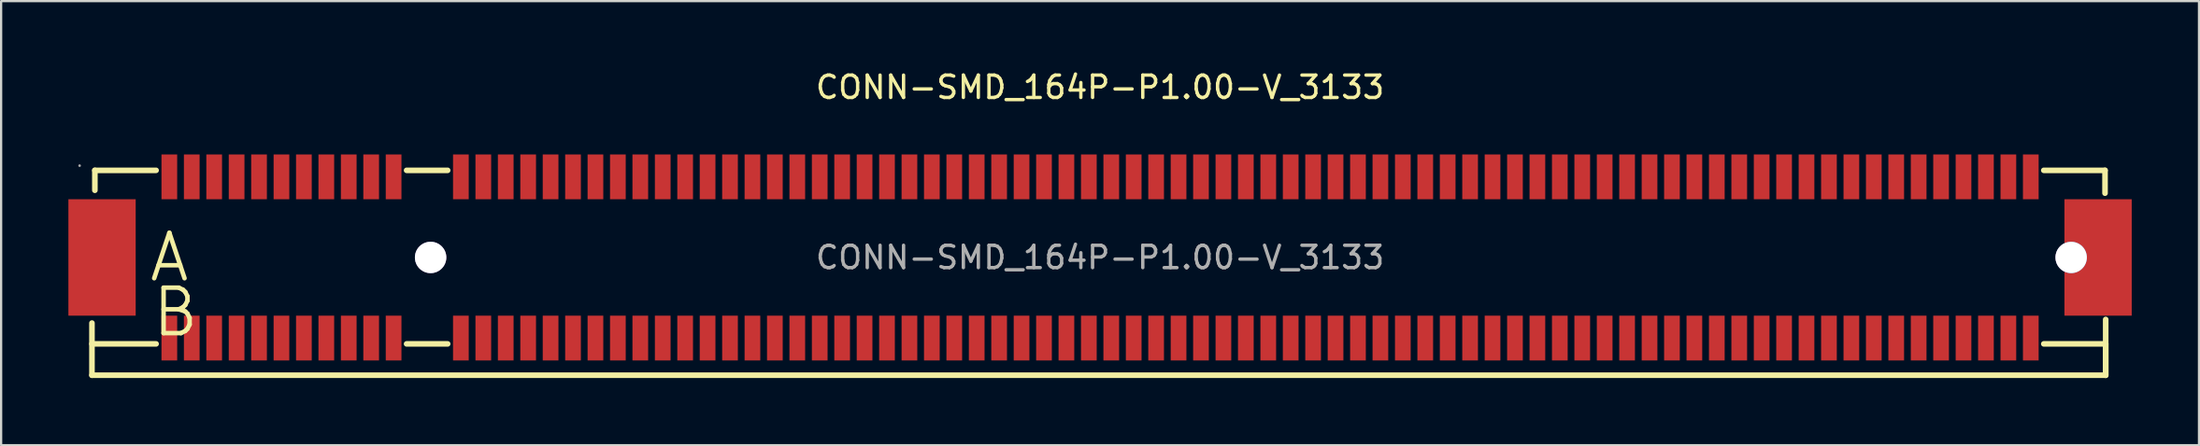
<source format=kicad_pcb>
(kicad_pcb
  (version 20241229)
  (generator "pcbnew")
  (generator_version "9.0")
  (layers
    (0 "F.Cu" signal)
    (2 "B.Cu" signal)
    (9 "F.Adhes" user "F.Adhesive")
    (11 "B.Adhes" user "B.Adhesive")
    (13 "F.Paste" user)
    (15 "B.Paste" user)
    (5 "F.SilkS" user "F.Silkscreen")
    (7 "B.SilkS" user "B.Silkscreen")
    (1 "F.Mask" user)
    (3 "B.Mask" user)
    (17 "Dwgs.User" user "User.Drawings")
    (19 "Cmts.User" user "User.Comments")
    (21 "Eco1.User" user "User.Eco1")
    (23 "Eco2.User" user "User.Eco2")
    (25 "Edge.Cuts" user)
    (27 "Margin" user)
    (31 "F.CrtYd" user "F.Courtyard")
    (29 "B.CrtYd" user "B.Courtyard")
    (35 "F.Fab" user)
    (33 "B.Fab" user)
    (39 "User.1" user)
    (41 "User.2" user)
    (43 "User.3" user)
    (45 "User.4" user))
  (footprint "CONN-SMD_164P-P1.00-V_3133"
    (layer "F.Cu")
    (at 46 8.448)
    (property "Reference" "CONN-SMD_164P-P1.00-V_3133" (at 0 -7.6 0) (layer "F.SilkS") (effects (font (size 1 1) (thickness 0.15))))
    (attr smd)
    (fp_line (start -44.95 5.26) (end -44.95 2.93) (stroke (width 0.25) (type solid)) (layer "F.SilkS"))
    (fp_line (start -44.82 -3.89) (end -42.09 -3.89) (stroke (width 0.25) (type solid)) (layer "F.SilkS"))
    (fp_line (start -44.82 -3) (end -44.82 -3.89) (stroke (width 0.25) (type solid)) (layer "F.SilkS"))
    (fp_line (start -42.09 3.86) (end -44.95 3.86) (stroke (width 0.25) (type solid)) (layer "F.SilkS"))
    (fp_line (start -30.92 -3.89) (end -29.09 -3.89) (stroke (width 0.25) (type solid)) (layer "F.SilkS"))
    (fp_line (start -29.09 3.86) (end -30.92 3.86) (stroke (width 0.25) (type solid)) (layer "F.SilkS"))
    (fp_line (start 42.08 -3.89) (end 44.81 -3.89) (stroke (width 0.25) (type solid)) (layer "F.SilkS"))
    (fp_line (start 44.81 -3.89) (end 44.81 -2.87) (stroke (width 0.25) (type solid)) (layer "F.SilkS"))
    (fp_line (start 44.84 2.77) (end 44.84 5.26) (stroke (width 0.25) (type solid)) (layer "F.SilkS"))
    (fp_line (start 44.84 3.86) (end 42.08 3.86) (stroke (width 0.25) (type solid)) (layer "F.SilkS"))
    (fp_line (start 44.84 3.86) (end 44.84 5.26) (stroke (width 0.25) (type solid)) (layer "F.SilkS"))
    (fp_line (start 44.84 5.26) (end -44.95 5.26) (stroke (width 0.25) (type solid)) (layer "F.SilkS"))
    (fp_circle (center -29.85 0) (end -29.6 0) (stroke (width 0.5) (type solid)) (fill no) (layer "Cmts.User"))
    (fp_circle (center 43.3 0) (end 43.55 0) (stroke (width 0.5) (type solid)) (fill no) (layer "Cmts.User"))
    (fp_circle (center -45.5 -4.1) (end -45.47 -4.1) (stroke (width 0.06) (type solid)) (fill no) (layer "F.Fab"))
    (fp_text user "B" (at -42.37 2.45 0) (layer "F.SilkS") (effects (font (size 2.03 2.03) (thickness 0.2)) (justify left)))
    (fp_text user "A" (at -42.5 0 0) (layer "F.SilkS") (effects (font (size 2.03 2.03) (thickness 0.2)) (justify left)))
    (fp_text user "${REFERENCE}" (at 0 0 0) (layer "F.Fab") (effects (font (size 1 1) (thickness 0.15))))
    (pad "" thru_hole circle (at -29.85 0) (size 1.4 1.4) (drill 1.4) (layers "*.Cu" "*.Mask"))
    (pad "" thru_hole circle (at 43.3 0) (size 1.4 1.4) (drill 1.4) (layers "*.Cu" "*.Mask"))
    (pad "165" smd rect (at 44.5 0) (size 3 5.2) (layers "F.Cu" "F.Mask" "F.Paste"))
    (pad "166" smd rect (at -44.5 0) (size 3 5.2) (layers "F.Cu" "F.Mask" "F.Paste"))
    (pad "A1" smd rect (at -41.5 -3.6) (size 0.7 2) (layers "F.Cu" "F.Mask" "F.Paste"))
    (pad "A2" smd rect (at -40.5 -3.6) (size 0.7 2) (layers "F.Cu" "F.Mask" "F.Paste"))
    (pad "A3" smd rect (at -39.5 -3.6) (size 0.7 2) (layers "F.Cu" "F.Mask" "F.Paste"))
    (pad "A4" smd rect (at -38.5 -3.6) (size 0.7 2) (layers "F.Cu" "F.Mask" "F.Paste"))
    (pad "A5" smd rect (at -37.5 -3.6) (size 0.7 2) (layers "F.Cu" "F.Mask" "F.Paste"))
    (pad "A6" smd rect (at -36.5 -3.6) (size 0.7 2) (layers "F.Cu" "F.Mask" "F.Paste"))
    (pad "A7" smd rect (at -35.5 -3.6) (size 0.7 2) (layers "F.Cu" "F.Mask" "F.Paste"))
    (pad "A8" smd rect (at -34.5 -3.6) (size 0.7 2) (layers "F.Cu" "F.Mask" "F.Paste"))
    (pad "A9" smd rect (at -33.5 -3.6) (size 0.7 2) (layers "F.Cu" "F.Mask" "F.Paste"))
    (pad "A10" smd rect (at -32.5 -3.6) (size 0.7 2) (layers "F.Cu" "F.Mask" "F.Paste"))
    (pad "A11" smd rect (at -31.5 -3.6) (size 0.7 2) (layers "F.Cu" "F.Mask" "F.Paste"))
    (pad "A12" smd rect (at -28.5 -3.6) (size 0.7 2) (layers "F.Cu" "F.Mask" "F.Paste"))
    (pad "A13" smd rect (at -27.5 -3.6) (size 0.7 2) (layers "F.Cu" "F.Mask" "F.Paste"))
    (pad "A14" smd rect (at -26.5 -3.6) (size 0.7 2) (layers "F.Cu" "F.Mask" "F.Paste"))
    (pad "A15" smd rect (at -25.5 -3.6) (size 0.7 2) (layers "F.Cu" "F.Mask" "F.Paste"))
    (pad "A16" smd rect (at -24.5 -3.6) (size 0.7 2) (layers "F.Cu" "F.Mask" "F.Paste"))
    (pad "A17" smd rect (at -23.5 -3.6) (size 0.7 2) (layers "F.Cu" "F.Mask" "F.Paste"))
    (pad "A18" smd rect (at -22.5 -3.6) (size 0.7 2) (layers "F.Cu" "F.Mask" "F.Paste"))
    (pad "A19" smd rect (at -21.5 -3.6) (size 0.7 2) (layers "F.Cu" "F.Mask" "F.Paste"))
    (pad "A20" smd rect (at -20.5 -3.6) (size 0.7 2) (layers "F.Cu" "F.Mask" "F.Paste"))
    (pad "A21" smd rect (at -19.5 -3.6) (size 0.7 2) (layers "F.Cu" "F.Mask" "F.Paste"))
    (pad "A22" smd rect (at -18.5 -3.6) (size 0.7 2) (layers "F.Cu" "F.Mask" "F.Paste"))
    (pad "A23" smd rect (at -17.5 -3.6) (size 0.7 2) (layers "F.Cu" "F.Mask" "F.Paste"))
    (pad "A24" smd rect (at -16.5 -3.6) (size 0.7 2) (layers "F.Cu" "F.Mask" "F.Paste"))
    (pad "A25" smd rect (at -15.5 -3.6) (size 0.7 2) (layers "F.Cu" "F.Mask" "F.Paste"))
    (pad "A26" smd rect (at -14.5 -3.6) (size 0.7 2) (layers "F.Cu" "F.Mask" "F.Paste"))
    (pad "A27" smd rect (at -13.5 -3.6) (size 0.7 2) (layers "F.Cu" "F.Mask" "F.Paste"))
    (pad "A28" smd rect (at -12.5 -3.6) (size 0.7 2) (layers "F.Cu" "F.Mask" "F.Paste"))
    (pad "A29" smd rect (at -11.5 -3.6) (size 0.7 2) (layers "F.Cu" "F.Mask" "F.Paste"))
    (pad "A30" smd rect (at -10.5 -3.6) (size 0.7 2) (layers "F.Cu" "F.Mask" "F.Paste"))
    (pad "A31" smd rect (at -9.5 -3.6) (size 0.7 2) (layers "F.Cu" "F.Mask" "F.Paste"))
    (pad "A32" smd rect (at -8.5 -3.6) (size 0.7 2) (layers "F.Cu" "F.Mask" "F.Paste"))
    (pad "A33" smd rect (at -7.5 -3.6) (size 0.7 2) (layers "F.Cu" "F.Mask" "F.Paste"))
    (pad "A34" smd rect (at -6.5 -3.6) (size 0.7 2) (layers "F.Cu" "F.Mask" "F.Paste"))
    (pad "A35" smd rect (at -5.5 -3.6) (size 0.7 2) (layers "F.Cu" "F.Mask" "F.Paste"))
    (pad "A36" smd rect (at -4.5 -3.6) (size 0.7 2) (layers "F.Cu" "F.Mask" "F.Paste"))
    (pad "A37" smd rect (at -3.5 -3.6) (size 0.7 2) (layers "F.Cu" "F.Mask" "F.Paste"))
    (pad "A38" smd rect (at -2.5 -3.6) (size 0.7 2) (layers "F.Cu" "F.Mask" "F.Paste"))
    (pad "A39" smd rect (at -1.5 -3.6) (size 0.7 2) (layers "F.Cu" "F.Mask" "F.Paste"))
    (pad "A40" smd rect (at -0.5 -3.6) (size 0.7 2) (layers "F.Cu" "F.Mask" "F.Paste"))
    (pad "A41" smd rect (at 0.5 -3.6) (size 0.7 2) (layers "F.Cu" "F.Mask" "F.Paste"))
    (pad "A42" smd rect (at 1.5 -3.6) (size 0.7 2) (layers "F.Cu" "F.Mask" "F.Paste"))
    (pad "A43" smd rect (at 2.5 -3.6) (size 0.7 2) (layers "F.Cu" "F.Mask" "F.Paste"))
    (pad "A44" smd rect (at 3.5 -3.6) (size 0.7 2) (layers "F.Cu" "F.Mask" "F.Paste"))
    (pad "A45" smd rect (at 4.5 -3.6) (size 0.7 2) (layers "F.Cu" "F.Mask" "F.Paste"))
    (pad "A46" smd rect (at 5.5 -3.6) (size 0.7 2) (layers "F.Cu" "F.Mask" "F.Paste"))
    (pad "A47" smd rect (at 6.5 -3.6) (size 0.7 2) (layers "F.Cu" "F.Mask" "F.Paste"))
    (pad "A48" smd rect (at 7.5 -3.6) (size 0.7 2) (layers "F.Cu" "F.Mask" "F.Paste"))
    (pad "A49" smd rect (at 8.5 -3.6) (size 0.7 2) (layers "F.Cu" "F.Mask" "F.Paste"))
    (pad "A50" smd rect (at 9.5 -3.6) (size 0.7 2) (layers "F.Cu" "F.Mask" "F.Paste"))
    (pad "A51" smd rect (at 10.5 -3.6) (size 0.7 2) (layers "F.Cu" "F.Mask" "F.Paste"))
    (pad "A52" smd rect (at 11.5 -3.6) (size 0.7 2) (layers "F.Cu" "F.Mask" "F.Paste"))
    (pad "A53" smd rect (at 12.5 -3.6) (size 0.7 2) (layers "F.Cu" "F.Mask" "F.Paste"))
    (pad "A54" smd rect (at 13.5 -3.6) (size 0.7 2) (layers "F.Cu" "F.Mask" "F.Paste"))
    (pad "A55" smd rect (at 14.5 -3.6) (size 0.7 2) (layers "F.Cu" "F.Mask" "F.Paste"))
    (pad "A56" smd rect (at 15.5 -3.6) (size 0.7 2) (layers "F.Cu" "F.Mask" "F.Paste"))
    (pad "A57" smd rect (at 16.5 -3.6) (size 0.7 2) (layers "F.Cu" "F.Mask" "F.Paste"))
    (pad "A58" smd rect (at 17.5 -3.6) (size 0.7 2) (layers "F.Cu" "F.Mask" "F.Paste"))
    (pad "A59" smd rect (at 18.5 -3.6) (size 0.7 2) (layers "F.Cu" "F.Mask" "F.Paste"))
    (pad "A60" smd rect (at 19.5 -3.6) (size 0.7 2) (layers "F.Cu" "F.Mask" "F.Paste"))
    (pad "A61" smd rect (at 20.5 -3.6) (size 0.7 2) (layers "F.Cu" "F.Mask" "F.Paste"))
    (pad "A62" smd rect (at 21.5 -3.6) (size 0.7 2) (layers "F.Cu" "F.Mask" "F.Paste"))
    (pad "A63" smd rect (at 22.5 -3.6) (size 0.7 2) (layers "F.Cu" "F.Mask" "F.Paste"))
    (pad "A64" smd rect (at 23.5 -3.6) (size 0.7 2) (layers "F.Cu" "F.Mask" "F.Paste"))
    (pad "A65" smd rect (at 24.5 -3.6) (size 0.7 2) (layers "F.Cu" "F.Mask" "F.Paste"))
    (pad "A66" smd rect (at 25.5 -3.6) (size 0.7 2) (layers "F.Cu" "F.Mask" "F.Paste"))
    (pad "A67" smd rect (at 26.5 -3.6) (size 0.7 2) (layers "F.Cu" "F.Mask" "F.Paste"))
    (pad "A68" smd rect (at 27.5 -3.6) (size 0.7 2) (layers "F.Cu" "F.Mask" "F.Paste"))
    (pad "A69" smd rect (at 28.5 -3.6) (size 0.7 2) (layers "F.Cu" "F.Mask" "F.Paste"))
    (pad "A70" smd rect (at 29.5 -3.6) (size 0.7 2) (layers "F.Cu" "F.Mask" "F.Paste"))
    (pad "A71" smd rect (at 30.5 -3.6) (size 0.7 2) (layers "F.Cu" "F.Mask" "F.Paste"))
    (pad "A72" smd rect (at 31.5 -3.6) (size 0.7 2) (layers "F.Cu" "F.Mask" "F.Paste"))
    (pad "A73" smd rect (at 32.5 -3.6) (size 0.7 2) (layers "F.Cu" "F.Mask" "F.Paste"))
    (pad "A74" smd rect (at 33.5 -3.6) (size 0.7 2) (layers "F.Cu" "F.Mask" "F.Paste"))
    (pad "A75" smd rect (at 34.5 -3.6) (size 0.7 2) (layers "F.Cu" "F.Mask" "F.Paste"))
    (pad "A76" smd rect (at 35.5 -3.6) (size 0.7 2) (layers "F.Cu" "F.Mask" "F.Paste"))
    (pad "A77" smd rect (at 36.5 -3.6) (size 0.7 2) (layers "F.Cu" "F.Mask" "F.Paste"))
    (pad "A78" smd rect (at 37.5 -3.6) (size 0.7 2) (layers "F.Cu" "F.Mask" "F.Paste"))
    (pad "A79" smd rect (at 38.5 -3.6) (size 0.7 2) (layers "F.Cu" "F.Mask" "F.Paste"))
    (pad "A80" smd rect (at 39.5 -3.6) (size 0.7 2) (layers "F.Cu" "F.Mask" "F.Paste"))
    (pad "A81" smd rect (at 40.5 -3.6) (size 0.7 2) (layers "F.Cu" "F.Mask" "F.Paste"))
    (pad "A82" smd rect (at 41.5 -3.6) (size 0.7 2) (layers "F.Cu" "F.Mask" "F.Paste"))
    (pad "B1" smd rect (at -41.5 3.6) (size 0.7 2) (layers "F.Cu" "F.Mask" "F.Paste"))
    (pad "B2" smd rect (at -40.5 3.6) (size 0.7 2) (layers "F.Cu" "F.Mask" "F.Paste"))
    (pad "B3" smd rect (at -39.5 3.6) (size 0.7 2) (layers "F.Cu" "F.Mask" "F.Paste"))
    (pad "B4" smd rect (at -38.5 3.6) (size 0.7 2) (layers "F.Cu" "F.Mask" "F.Paste"))
    (pad "B5" smd rect (at -37.5 3.6) (size 0.7 2) (layers "F.Cu" "F.Mask" "F.Paste"))
    (pad "B6" smd rect (at -36.5 3.6) (size 0.7 2) (layers "F.Cu" "F.Mask" "F.Paste"))
    (pad "B7" smd rect (at -35.5 3.6) (size 0.7 2) (layers "F.Cu" "F.Mask" "F.Paste"))
    (pad "B8" smd rect (at -34.5 3.6) (size 0.7 2) (layers "F.Cu" "F.Mask" "F.Paste"))
    (pad "B9" smd rect (at -33.5 3.6) (size 0.7 2) (layers "F.Cu" "F.Mask" "F.Paste"))
    (pad "B10" smd rect (at -32.5 3.6) (size 0.7 2) (layers "F.Cu" "F.Mask" "F.Paste"))
    (pad "B11" smd rect (at -31.5 3.6) (size 0.7 2) (layers "F.Cu" "F.Mask" "F.Paste"))
    (pad "B12" smd rect (at -28.5 3.6) (size 0.7 2) (layers "F.Cu" "F.Mask" "F.Paste"))
    (pad "B13" smd rect (at -27.5 3.6) (size 0.7 2) (layers "F.Cu" "F.Mask" "F.Paste"))
    (pad "B14" smd rect (at -26.5 3.6) (size 0.7 2) (layers "F.Cu" "F.Mask" "F.Paste"))
    (pad "B15" smd rect (at -25.5 3.6) (size 0.7 2) (layers "F.Cu" "F.Mask" "F.Paste"))
    (pad "B16" smd rect (at -24.5 3.6) (size 0.7 2) (layers "F.Cu" "F.Mask" "F.Paste"))
    (pad "B17" smd rect (at -23.5 3.6) (size 0.7 2) (layers "F.Cu" "F.Mask" "F.Paste"))
    (pad "B18" smd rect (at -22.5 3.6) (size 0.7 2) (layers "F.Cu" "F.Mask" "F.Paste"))
    (pad "B19" smd rect (at -21.5 3.6) (size 0.7 2) (layers "F.Cu" "F.Mask" "F.Paste"))
    (pad "B20" smd rect (at -20.5 3.6) (size 0.7 2) (layers "F.Cu" "F.Mask" "F.Paste"))
    (pad "B21" smd rect (at -19.5 3.6) (size 0.7 2) (layers "F.Cu" "F.Mask" "F.Paste"))
    (pad "B22" smd rect (at -18.5 3.6) (size 0.7 2) (layers "F.Cu" "F.Mask" "F.Paste"))
    (pad "B23" smd rect (at -17.5 3.6) (size 0.7 2) (layers "F.Cu" "F.Mask" "F.Paste"))
    (pad "B24" smd rect (at -16.5 3.6) (size 0.7 2) (layers "F.Cu" "F.Mask" "F.Paste"))
    (pad "B25" smd rect (at -15.5 3.6) (size 0.7 2) (layers "F.Cu" "F.Mask" "F.Paste"))
    (pad "B26" smd rect (at -14.5 3.6) (size 0.7 2) (layers "F.Cu" "F.Mask" "F.Paste"))
    (pad "B27" smd rect (at -13.5 3.6) (size 0.7 2) (layers "F.Cu" "F.Mask" "F.Paste"))
    (pad "B28" smd rect (at -12.5 3.6) (size 0.7 2) (layers "F.Cu" "F.Mask" "F.Paste"))
    (pad "B29" smd rect (at -11.5 3.6) (size 0.7 2) (layers "F.Cu" "F.Mask" "F.Paste"))
    (pad "B30" smd rect (at -10.5 3.6) (size 0.7 2) (layers "F.Cu" "F.Mask" "F.Paste"))
    (pad "B31" smd rect (at -9.5 3.6) (size 0.7 2) (layers "F.Cu" "F.Mask" "F.Paste"))
    (pad "B32" smd rect (at -8.5 3.6) (size 0.7 2) (layers "F.Cu" "F.Mask" "F.Paste"))
    (pad "B33" smd rect (at -7.5 3.6) (size 0.7 2) (layers "F.Cu" "F.Mask" "F.Paste"))
    (pad "B34" smd rect (at -6.5 3.6) (size 0.7 2) (layers "F.Cu" "F.Mask" "F.Paste"))
    (pad "B35" smd rect (at -5.5 3.6) (size 0.7 2) (layers "F.Cu" "F.Mask" "F.Paste"))
    (pad "B36" smd rect (at -4.5 3.6) (size 0.7 2) (layers "F.Cu" "F.Mask" "F.Paste"))
    (pad "B37" smd rect (at -3.5 3.6) (size 0.7 2) (layers "F.Cu" "F.Mask" "F.Paste"))
    (pad "B38" smd rect (at -2.5 3.6) (size 0.7 2) (layers "F.Cu" "F.Mask" "F.Paste"))
    (pad "B39" smd rect (at -1.5 3.6) (size 0.7 2) (layers "F.Cu" "F.Mask" "F.Paste"))
    (pad "B40" smd rect (at -0.5 3.6) (size 0.7 2) (layers "F.Cu" "F.Mask" "F.Paste"))
    (pad "B41" smd rect (at 0.5 3.6) (size 0.7 2) (layers "F.Cu" "F.Mask" "F.Paste"))
    (pad "B42" smd rect (at 1.5 3.6) (size 0.7 2) (layers "F.Cu" "F.Mask" "F.Paste"))
    (pad "B43" smd rect (at 2.5 3.6) (size 0.7 2) (layers "F.Cu" "F.Mask" "F.Paste"))
    (pad "B44" smd rect (at 3.5 3.6) (size 0.7 2) (layers "F.Cu" "F.Mask" "F.Paste"))
    (pad "B45" smd rect (at 4.5 3.6) (size 0.7 2) (layers "F.Cu" "F.Mask" "F.Paste"))
    (pad "B46" smd rect (at 5.5 3.6) (size 0.7 2) (layers "F.Cu" "F.Mask" "F.Paste"))
    (pad "B47" smd rect (at 6.5 3.6) (size 0.7 2) (layers "F.Cu" "F.Mask" "F.Paste"))
    (pad "B48" smd rect (at 7.5 3.6) (size 0.7 2) (layers "F.Cu" "F.Mask" "F.Paste"))
    (pad "B49" smd rect (at 8.5 3.6) (size 0.7 2) (layers "F.Cu" "F.Mask" "F.Paste"))
    (pad "B50" smd rect (at 9.5 3.6) (size 0.7 2) (layers "F.Cu" "F.Mask" "F.Paste"))
    (pad "B51" smd rect (at 10.5 3.6) (size 0.7 2) (layers "F.Cu" "F.Mask" "F.Paste"))
    (pad "B52" smd rect (at 11.5 3.6) (size 0.7 2) (layers "F.Cu" "F.Mask" "F.Paste"))
    (pad "B53" smd rect (at 12.5 3.6) (size 0.7 2) (layers "F.Cu" "F.Mask" "F.Paste"))
    (pad "B54" smd rect (at 13.5 3.6) (size 0.7 2) (layers "F.Cu" "F.Mask" "F.Paste"))
    (pad "B55" smd rect (at 14.5 3.6) (size 0.7 2) (layers "F.Cu" "F.Mask" "F.Paste"))
    (pad "B56" smd rect (at 15.5 3.6) (size 0.7 2) (layers "F.Cu" "F.Mask" "F.Paste"))
    (pad "B57" smd rect (at 16.5 3.6) (size 0.7 2) (layers "F.Cu" "F.Mask" "F.Paste"))
    (pad "B58" smd rect (at 17.5 3.6) (size 0.7 2) (layers "F.Cu" "F.Mask" "F.Paste"))
    (pad "B59" smd rect (at 18.5 3.6) (size 0.7 2) (layers "F.Cu" "F.Mask" "F.Paste"))
    (pad "B60" smd rect (at 19.5 3.6) (size 0.7 2) (layers "F.Cu" "F.Mask" "F.Paste"))
    (pad "B61" smd rect (at 20.5 3.6) (size 0.7 2) (layers "F.Cu" "F.Mask" "F.Paste"))
    (pad "B62" smd rect (at 21.5 3.6) (size 0.7 2) (layers "F.Cu" "F.Mask" "F.Paste"))
    (pad "B63" smd rect (at 22.5 3.6) (size 0.7 2) (layers "F.Cu" "F.Mask" "F.Paste"))
    (pad "B64" smd rect (at 23.5 3.6) (size 0.7 2) (layers "F.Cu" "F.Mask" "F.Paste"))
    (pad "B65" smd rect (at 24.5 3.6) (size 0.7 2) (layers "F.Cu" "F.Mask" "F.Paste"))
    (pad "B66" smd rect (at 25.5 3.6) (size 0.7 2) (layers "F.Cu" "F.Mask" "F.Paste"))
    (pad "B67" smd rect (at 26.5 3.6) (size 0.7 2) (layers "F.Cu" "F.Mask" "F.Paste"))
    (pad "B68" smd rect (at 27.5 3.6) (size 0.7 2) (layers "F.Cu" "F.Mask" "F.Paste"))
    (pad "B69" smd rect (at 28.5 3.6) (size 0.7 2) (layers "F.Cu" "F.Mask" "F.Paste"))
    (pad "B70" smd rect (at 29.5 3.6) (size 0.7 2) (layers "F.Cu" "F.Mask" "F.Paste"))
    (pad "B71" smd rect (at 30.5 3.6) (size 0.7 2) (layers "F.Cu" "F.Mask" "F.Paste"))
    (pad "B72" smd rect (at 31.5 3.6) (size 0.7 2) (layers "F.Cu" "F.Mask" "F.Paste"))
    (pad "B73" smd rect (at 32.5 3.6) (size 0.7 2) (layers "F.Cu" "F.Mask" "F.Paste"))
    (pad "B74" smd rect (at 33.5 3.6) (size 0.7 2) (layers "F.Cu" "F.Mask" "F.Paste"))
    (pad "B75" smd rect (at 34.5 3.6) (size 0.7 2) (layers "F.Cu" "F.Mask" "F.Paste"))
    (pad "B76" smd rect (at 35.5 3.6) (size 0.7 2) (layers "F.Cu" "F.Mask" "F.Paste"))
    (pad "B77" smd rect (at 36.5 3.6) (size 0.7 2) (layers "F.Cu" "F.Mask" "F.Paste"))
    (pad "B78" smd rect (at 37.5 3.6) (size 0.7 2) (layers "F.Cu" "F.Mask" "F.Paste"))
    (pad "B79" smd rect (at 38.5 3.6) (size 0.7 2) (layers "F.Cu" "F.Mask" "F.Paste"))
    (pad "B80" smd rect (at 39.5 3.6) (size 0.7 2) (layers "F.Cu" "F.Mask" "F.Paste"))
    (pad "B81" smd rect (at 40.5 3.6) (size 0.7 2) (layers "F.Cu" "F.Mask" "F.Paste"))
    (pad "B82" smd rect (at 41.5 3.6) (size 0.7 2) (layers "F.Cu" "F.Mask" "F.Paste")))
  (gr_rect
    (start -3 -3)
    (end 95 16.833)
    (stroke (width 0.1) (type default))
    (fill no)
    (layer "Edge.Cuts")))
</source>
